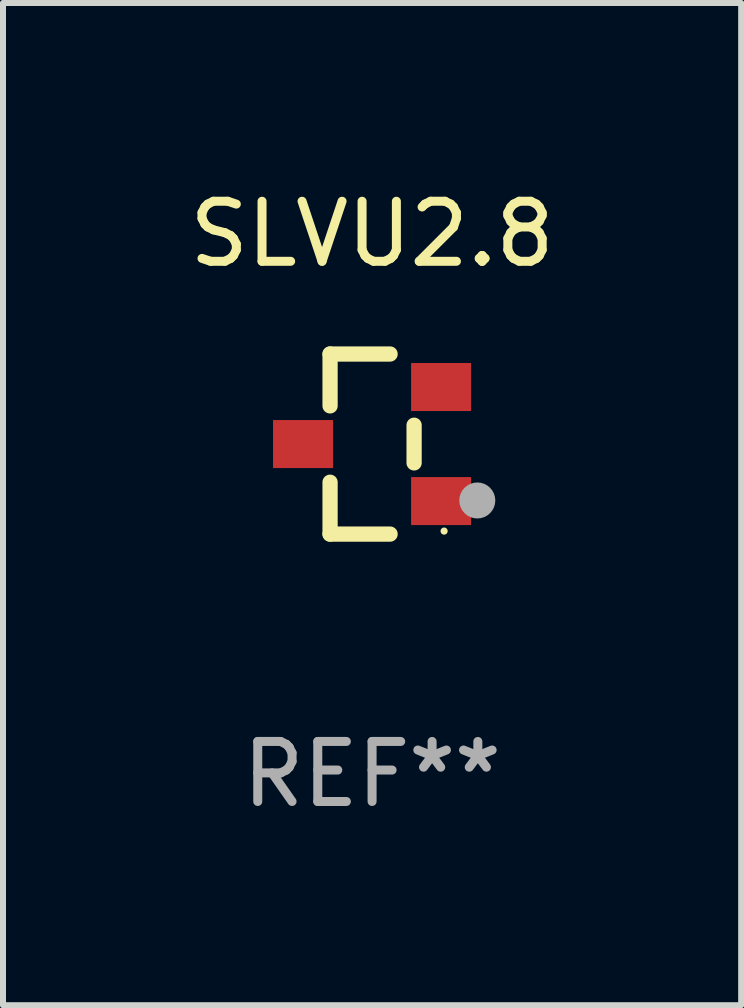
<source format=kicad_pcb>
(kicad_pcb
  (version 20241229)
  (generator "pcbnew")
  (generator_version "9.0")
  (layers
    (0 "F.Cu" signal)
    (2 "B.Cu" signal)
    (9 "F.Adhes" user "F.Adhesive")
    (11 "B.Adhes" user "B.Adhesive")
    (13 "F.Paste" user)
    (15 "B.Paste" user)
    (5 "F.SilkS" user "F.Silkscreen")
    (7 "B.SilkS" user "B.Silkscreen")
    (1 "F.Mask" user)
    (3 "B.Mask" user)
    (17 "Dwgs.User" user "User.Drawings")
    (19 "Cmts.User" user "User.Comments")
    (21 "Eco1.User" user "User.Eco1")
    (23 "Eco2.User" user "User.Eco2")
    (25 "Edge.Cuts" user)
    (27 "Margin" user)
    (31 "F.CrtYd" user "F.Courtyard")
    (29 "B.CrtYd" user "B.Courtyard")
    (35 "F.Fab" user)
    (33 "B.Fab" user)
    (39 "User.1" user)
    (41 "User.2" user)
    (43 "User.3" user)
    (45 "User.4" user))
  (footprint "SLVU2.8"
    (layer "F.Cu")
    (at 3.149 4.348)
    (property "Reference" "SLVU2.8" (at 0 -3.5 0) (layer "F.SilkS") (effects (font (size 1 1) (thickness 0.15))))
    (attr through_hole)
    (fp_line (start -0.7 -1.5) (end 0.3 -1.5) (stroke (width 0.254) (type solid)) (layer "F.SilkS"))
    (fp_line (start -0.7 -0.636) (end -0.7 -1.5) (stroke (width 0.254) (type solid)) (layer "F.SilkS"))
    (fp_line (start -0.7 1.5) (end -0.7 0.636) (stroke (width 0.254) (type solid)) (layer "F.SilkS"))
    (fp_line (start -0.7 1.5) (end 0.3 1.5) (stroke (width 0.254) (type solid)) (layer "F.SilkS"))
    (fp_line (start 0.7 0.314) (end 0.7 -0.314) (stroke (width 0.254) (type solid)) (layer "F.SilkS"))
    (fp_circle (center 1.2 1.45) (end 1.23 1.45) (stroke (width 0.06) (type solid)) (fill no) (layer "F.SilkS"))
    (fp_circle (center 1.753 0.94) (end 1.903 0.94) (stroke (width 0.3) (type solid)) (fill no) (layer "F.Fab"))
    (fp_text user "REF**" (at 0 5.5 0) (layer "F.Fab") (effects (font (size 1 1) (thickness 0.15))))
    (pad "1" smd rect (at 1.15 0.95 180) (size 1 0.8) (layers "F.Cu" "F.Mask" "F.Paste"))
    (pad "2" smd rect (at 1.15 -0.95 180) (size 1 0.8) (layers "F.Cu" "F.Mask" "F.Paste"))
    (pad "3" smd rect (at -1.15 -0.000051 180) (size 1 0.8) (layers "F.Cu" "F.Mask" "F.Paste")))
  (gr_rect
    (start -3 -3)
    (end 9.298 13.697)
    (stroke (width 0.1) (type default))
    (fill no)
    (layer "Edge.Cuts")))
</source>
